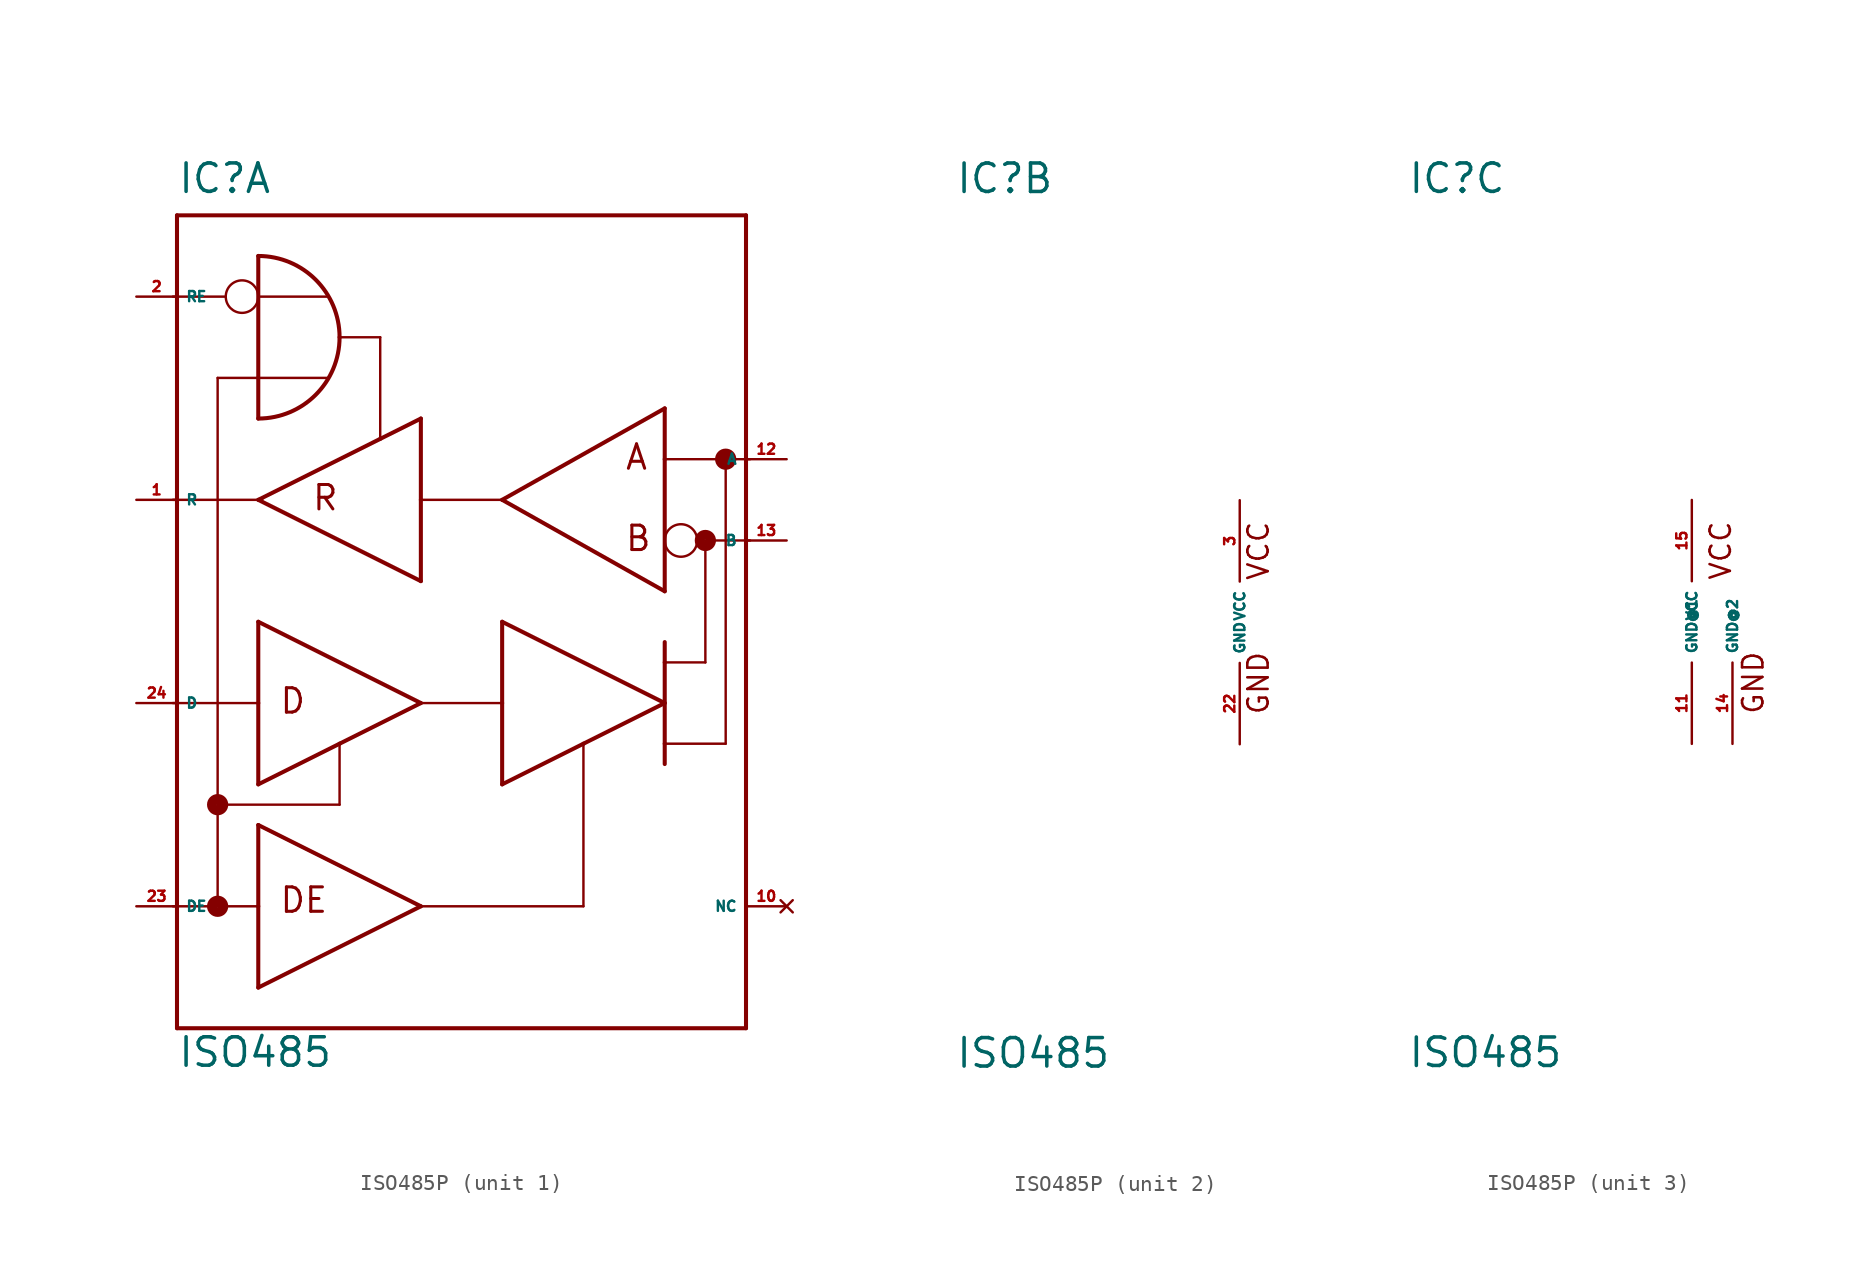
<source format=kicad_sym>
(kicad_symbol_lib
  (version 20220914)
  (generator Eagle2Kicad)
  (symbol "ISO485P"
    (property "Reference" "IC"
      (at -17.78 26.67 0)
      (effects (font (size 1.778 1.778) (thickness 0.22)) (justify left bottom)))
    (property "Value" "ISO485"
      (at -17.78 -27.94 0)
      (effects (font (size 1.778 1.778) (thickness 0.22)) (justify left bottom)))
    (symbol "ISO485P_1_0"
      (polyline (pts (xy -17.78 25.4) (xy 17.78 25.4)) (stroke (width 0.254) (type default)) (fill (type none)))
      (polyline (pts (xy 17.78 25.4) (xy 17.78 -25.4)) (stroke (width 0.254) (type default)) (fill (type none)))
      (polyline (pts (xy 17.78 -25.4) (xy -17.78 -25.4)) (stroke (width 0.254) (type default)) (fill (type none)))
      (polyline (pts (xy -17.78 -25.4) (xy -17.78 25.4)) (stroke (width 0.254) (type default)) (fill (type none)))
      (polyline (pts (xy 12.7 13.335) (xy 2.54 7.62)) (stroke (width 0.254) (type default)) (fill (type none)))
      (polyline (pts (xy 2.54 7.62) (xy 12.7 1.905)) (stroke (width 0.254) (type default)) (fill (type none)))
      (polyline (pts (xy 12.7 1.905) (xy 12.7 10.16)) (stroke (width 0.254) (type default)) (fill (type none)))
      (polyline (pts (xy 12.7 10.16) (xy 12.7 13.335)) (stroke (width 0.254) (type default)) (fill (type none)))
      (polyline (pts (xy -2.54 12.7) (xy -5.08 11.43)) (stroke (width 0.254) (type default)) (fill (type none)))
      (polyline (pts (xy -5.08 11.43) (xy -12.7 7.62)) (stroke (width 0.254) (type default)) (fill (type none)))
      (polyline (pts (xy -12.7 7.62) (xy -2.54 2.54)) (stroke (width 0.254) (type default)) (fill (type none)))
      (polyline (pts (xy -2.54 2.54) (xy -2.54 7.62)) (stroke (width 0.254) (type default)) (fill (type none)))
      (polyline (pts (xy -2.54 7.62) (xy -2.54 12.7)) (stroke (width 0.254) (type default)) (fill (type none)))
      (polyline (pts (xy -12.7 -10.16) (xy -7.62 -7.62)) (stroke (width 0.254) (type default)) (fill (type none)))
      (polyline (pts (xy -7.62 -7.62) (xy -2.54 -5.08)) (stroke (width 0.254) (type default)) (fill (type none)))
      (polyline (pts (xy -2.54 -5.08) (xy -12.7 0)) (stroke (width 0.254) (type default)) (fill (type none)))
      (polyline (pts (xy -12.7 0) (xy -12.7 -5.08)) (stroke (width 0.254) (type default)) (fill (type none)))
      (polyline (pts (xy -12.7 -5.08) (xy -12.7 -10.16)) (stroke (width 0.254) (type default)) (fill (type none)))
      (arc (start -7.62 17.78) (mid -9.108 21.372) (end -12.7 22.86) (stroke (width 0.254) (type default)) (fill (type none)))
      (arc (start -12.7 12.7) (mid -9.108 14.188) (end -7.62 17.78) (stroke (width 0.254) (type default)) (fill (type none)))
      (polyline (pts (xy -8.382 20.32) (xy -12.7 20.32)) (stroke (width 0.152) (type default)) (fill (type none)))
      (polyline (pts (xy -8.382 15.24) (xy -12.7 15.24)) (stroke (width 0.152) (type default)) (fill (type none)))
      (polyline (pts (xy -12.7 22.86) (xy -12.7 15.24)) (stroke (width 0.254) (type default)) (fill (type none)))
      (polyline (pts (xy -12.7 15.24) (xy -12.7 12.7)) (stroke (width 0.254) (type default)) (fill (type none)))
      (polyline (pts (xy -12.7 15.24) (xy -15.24 15.24)) (stroke (width 0.152) (type default)) (fill (type none)))
      (polyline (pts (xy -15.24 15.24) (xy -15.24 -11.43)) (stroke (width 0.152) (type default)) (fill (type none)))
      (polyline (pts (xy -15.24 -11.43) (xy -15.24 -17.78)) (stroke (width 0.152) (type default)) (fill (type none)))
      (polyline (pts (xy -15.24 -11.43) (xy -7.62 -11.43)) (stroke (width 0.152) (type default)) (fill (type none)))
      (polyline (pts (xy -7.62 -11.43) (xy -7.62 -7.62)) (stroke (width 0.152) (type default)) (fill (type none)))
      (polyline (pts (xy 2.54 -10.16) (xy 7.62 -7.62)) (stroke (width 0.254) (type default)) (fill (type none)))
      (polyline (pts (xy 7.62 -7.62) (xy 12.7 -5.08)) (stroke (width 0.254) (type default)) (fill (type none)))
      (polyline (pts (xy 12.7 -5.08) (xy 2.54 0)) (stroke (width 0.254) (type default)) (fill (type none)))
      (polyline (pts (xy 2.54 0) (xy 2.54 -5.08)) (stroke (width 0.254) (type default)) (fill (type none)))
      (polyline (pts (xy 2.54 -5.08) (xy 2.54 -10.16)) (stroke (width 0.254) (type default)) (fill (type none)))
      (polyline (pts (xy 12.7 -1.27) (xy 12.7 -2.54)) (stroke (width 0.254) (type default)) (fill (type none)))
      (polyline (pts (xy 12.7 -2.54) (xy 12.7 -7.62)) (stroke (width 0.254) (type default)) (fill (type none)))
      (polyline (pts (xy 12.7 -7.62) (xy 12.7 -8.89)) (stroke (width 0.254) (type default)) (fill (type none)))
      (polyline (pts (xy 12.7 -2.54) (xy 15.24 -2.54)) (stroke (width 0.152) (type default)) (fill (type none)))
      (polyline (pts (xy 15.24 -2.54) (xy 15.24 5.08)) (stroke (width 0.152) (type default)) (fill (type none)))
      (polyline (pts (xy 12.7 -7.62) (xy 16.51 -7.62)) (stroke (width 0.152) (type default)) (fill (type none)))
      (polyline (pts (xy 16.51 -7.62) (xy 16.51 10.16)) (stroke (width 0.152) (type default)) (fill (type none)))
      (polyline (pts (xy -12.7 -22.86) (xy -2.54 -17.78)) (stroke (width 0.254) (type default)) (fill (type none)))
      (polyline (pts (xy -2.54 -17.78) (xy -12.7 -12.7)) (stroke (width 0.254) (type default)) (fill (type none)))
      (polyline (pts (xy -12.7 -12.7) (xy -12.7 -17.78)) (stroke (width 0.254) (type default)) (fill (type none)))
      (polyline (pts (xy -12.7 -17.78) (xy -12.7 -22.86)) (stroke (width 0.254) (type default)) (fill (type none)))
      (polyline (pts (xy -2.54 -17.78) (xy 7.62 -17.78)) (stroke (width 0.152) (type default)) (fill (type none)))
      (polyline (pts (xy 7.62 -17.78) (xy 7.62 -7.62)) (stroke (width 0.152) (type default)) (fill (type none)))
      (polyline (pts (xy -7.62 17.78) (xy -5.08 17.78)) (stroke (width 0.152) (type default)) (fill (type none)))
      (polyline (pts (xy -5.08 17.78) (xy -5.08 11.43)) (stroke (width 0.152) (type default)) (fill (type none)))
      (polyline (pts (xy 2.54 7.62) (xy -2.54 7.62)) (stroke (width 0.152) (type default)) (fill (type none)))
      (polyline (pts (xy -2.54 -5.08) (xy 2.54 -5.08)) (stroke (width 0.152) (type default)) (fill (type none)))
      (polyline (pts (xy -14.732 20.32) (xy -18.034 20.32)) (stroke (width 0.152) (type default)) (fill (type none)))
      (polyline (pts (xy 14.732 5.08) (xy 18.034 5.08)) (stroke (width 0.152) (type default)) (fill (type none)))
      (polyline (pts (xy 18.034 10.16) (xy 12.7 10.16)) (stroke (width 0.152) (type default)) (fill (type none)))
      (polyline (pts (xy -18.034 -17.78) (xy -12.7 -17.78)) (stroke (width 0.152) (type default)) (fill (type none)))
      (polyline (pts (xy -18.034 7.62) (xy -12.446 7.62)) (stroke (width 0.152) (type default)) (fill (type none)))
      (polyline (pts (xy -18.034 -5.08) (xy -12.7 -5.08)) (stroke (width 0.152) (type default)) (fill (type none)))
      (text "D" (at -11.43 -5.842 0) (effects (font (size 1.524 1.524) (thickness 0.19)) (justify left bottom)))
      (text "DE" (at -11.43 -18.288 0) (effects (font (size 1.524 1.524) (thickness 0.19)) (justify left bottom)))
      (text "R" (at -9.398 6.858 0) (effects (font (size 1.524 1.524) (thickness 0.19)) (justify left bottom)))
      (text "A" (at 10.16 9.398 0) (effects (font (size 1.524 1.524) (thickness 0.19)) (justify left bottom)))
      (text "B" (at 10.16 4.318 0) (effects (font (size 1.524 1.524) (thickness 0.19)) (justify left bottom)))
      (circle (center -13.716 20.32) (radius 1.016) (stroke (width 0.152) (type default)) (fill (type none)))
      (circle (center 13.716 5.08) (radius 1.016) (stroke (width 0.152) (type default)) (fill (type none)))
      (circle (center 15.24 5.08) (radius 0.359) (stroke (width 0.61) (type default)) (fill (type none)))
      (circle (center 16.51 10.16) (radius 0.359) (stroke (width 0.61) (type default)) (fill (type none)))
      (circle (center -15.24 -11.43) (radius 0.359) (stroke (width 0.61) (type default)) (fill (type none)))
      (circle (center -15.24 -17.78) (radius 0.359) (stroke (width 0.61) (type default)) (fill (type none)))
      (pin input line (at -20.32 7.62 0) (length 2.54) (name "R" (effects (font (size 0.635 0.635) (thickness 0.08)) (justify left bottom))) (number "1" (effects (font (size 0.635 0.635) (thickness 0.08)) (justify left bottom))))
      (pin output line (at -20.32 -5.08 0) (length 2.54) (name "D" (effects (font (size 0.635 0.635) (thickness 0.08)) (justify left bottom))) (number "24" (effects (font (size 0.635 0.635) (thickness 0.08)) (justify left bottom))))
      (pin bidirectional line (at 20.32 10.16 180) (length 2.54) (name "A" (effects (font (size 0.635 0.635) (thickness 0.08)) (justify left bottom))) (number "12" (effects (font (size 0.635 0.635) (thickness 0.08)) (justify left bottom))))
      (pin bidirectional line (at 20.32 5.08 180) (length 2.54) (name "B" (effects (font (size 0.635 0.635) (thickness 0.08)) (justify left bottom))) (number "13" (effects (font (size 0.635 0.635) (thickness 0.08)) (justify left bottom))))
      (pin input line (at -20.32 20.32 0) (length 2.54) (name "RE" (effects (font (size 0.635 0.635) (thickness 0.08)) (justify left bottom))) (number "2" (effects (font (size 0.635 0.635) (thickness 0.08)) (justify left bottom))))
      (pin input line (at -20.32 -17.78 0) (length 2.54) (name "DE" (effects (font (size 0.635 0.635) (thickness 0.08)) (justify left bottom))) (number "23" (effects (font (size 0.635 0.635) (thickness 0.08)) (justify left bottom))))
      (pin no_connect line (at 20.32 -17.78 180) (length 2.54) (name "NC" (effects (font (size 0.635 0.635) (thickness 0.08)) (justify left bottom) hide)) (number "10" (effects (font (size 0.635 0.635) (thickness 0.08)) (justify left bottom) hide))))
    (symbol "ISO485P_2_0"
      (text "GND" (at 1.905 -5.842 900) (effects (font (size 1.27 1.27) (thickness 0.16)) (justify left bottom)))
      (text "VCC" (at 1.905 2.54 900) (effects (font (size 1.27 1.27) (thickness 0.16)) (justify left bottom)))
      (pin unspecified line (at 0 -7.62 90) (length 5.08) (name "GND" (effects (font (size 0.635 0.635) (thickness 0.08)) (justify left bottom))) (number "22" (effects (font (size 0.635 0.635) (thickness 0.08)) (justify left bottom))))
      (pin unspecified line (at 0 7.62 270) (length 5.08) (name "VCC" (effects (font (size 0.635 0.635) (thickness 0.08)) (justify left bottom))) (number "3" (effects (font (size 0.635 0.635) (thickness 0.08)) (justify left bottom)))))
    (symbol "ISO485P_3_0"
      (text "GND" (at 4.572 -5.842 900) (effects (font (size 1.27 1.27) (thickness 0.16)) (justify left bottom)))
      (text "VCC" (at 2.54 2.54 900) (effects (font (size 1.27 1.27) (thickness 0.16)) (justify left bottom)))
      (pin unspecified line (at 0 7.62 270) (length 5.08) (name "VCC" (effects (font (size 0.635 0.635) (thickness 0.08)) (justify left bottom))) (number "15" (effects (font (size 0.635 0.635) (thickness 0.08)) (justify left bottom))))
      (pin unspecified line (at 0 -7.62 90) (length 5.08) (name "GND@1" (effects (font (size 0.635 0.635) (thickness 0.08)) (justify left bottom))) (number "11" (effects (font (size 0.635 0.635) (thickness 0.08)) (justify left bottom))))
      (pin unspecified line (at 2.54 -7.62 90) (length 5.08) (name "GND@2" (effects (font (size 0.635 0.635) (thickness 0.08)) (justify left bottom))) (number "14" (effects (font (size 0.635 0.635) (thickness 0.08)) (justify left bottom)))))))
</source>
